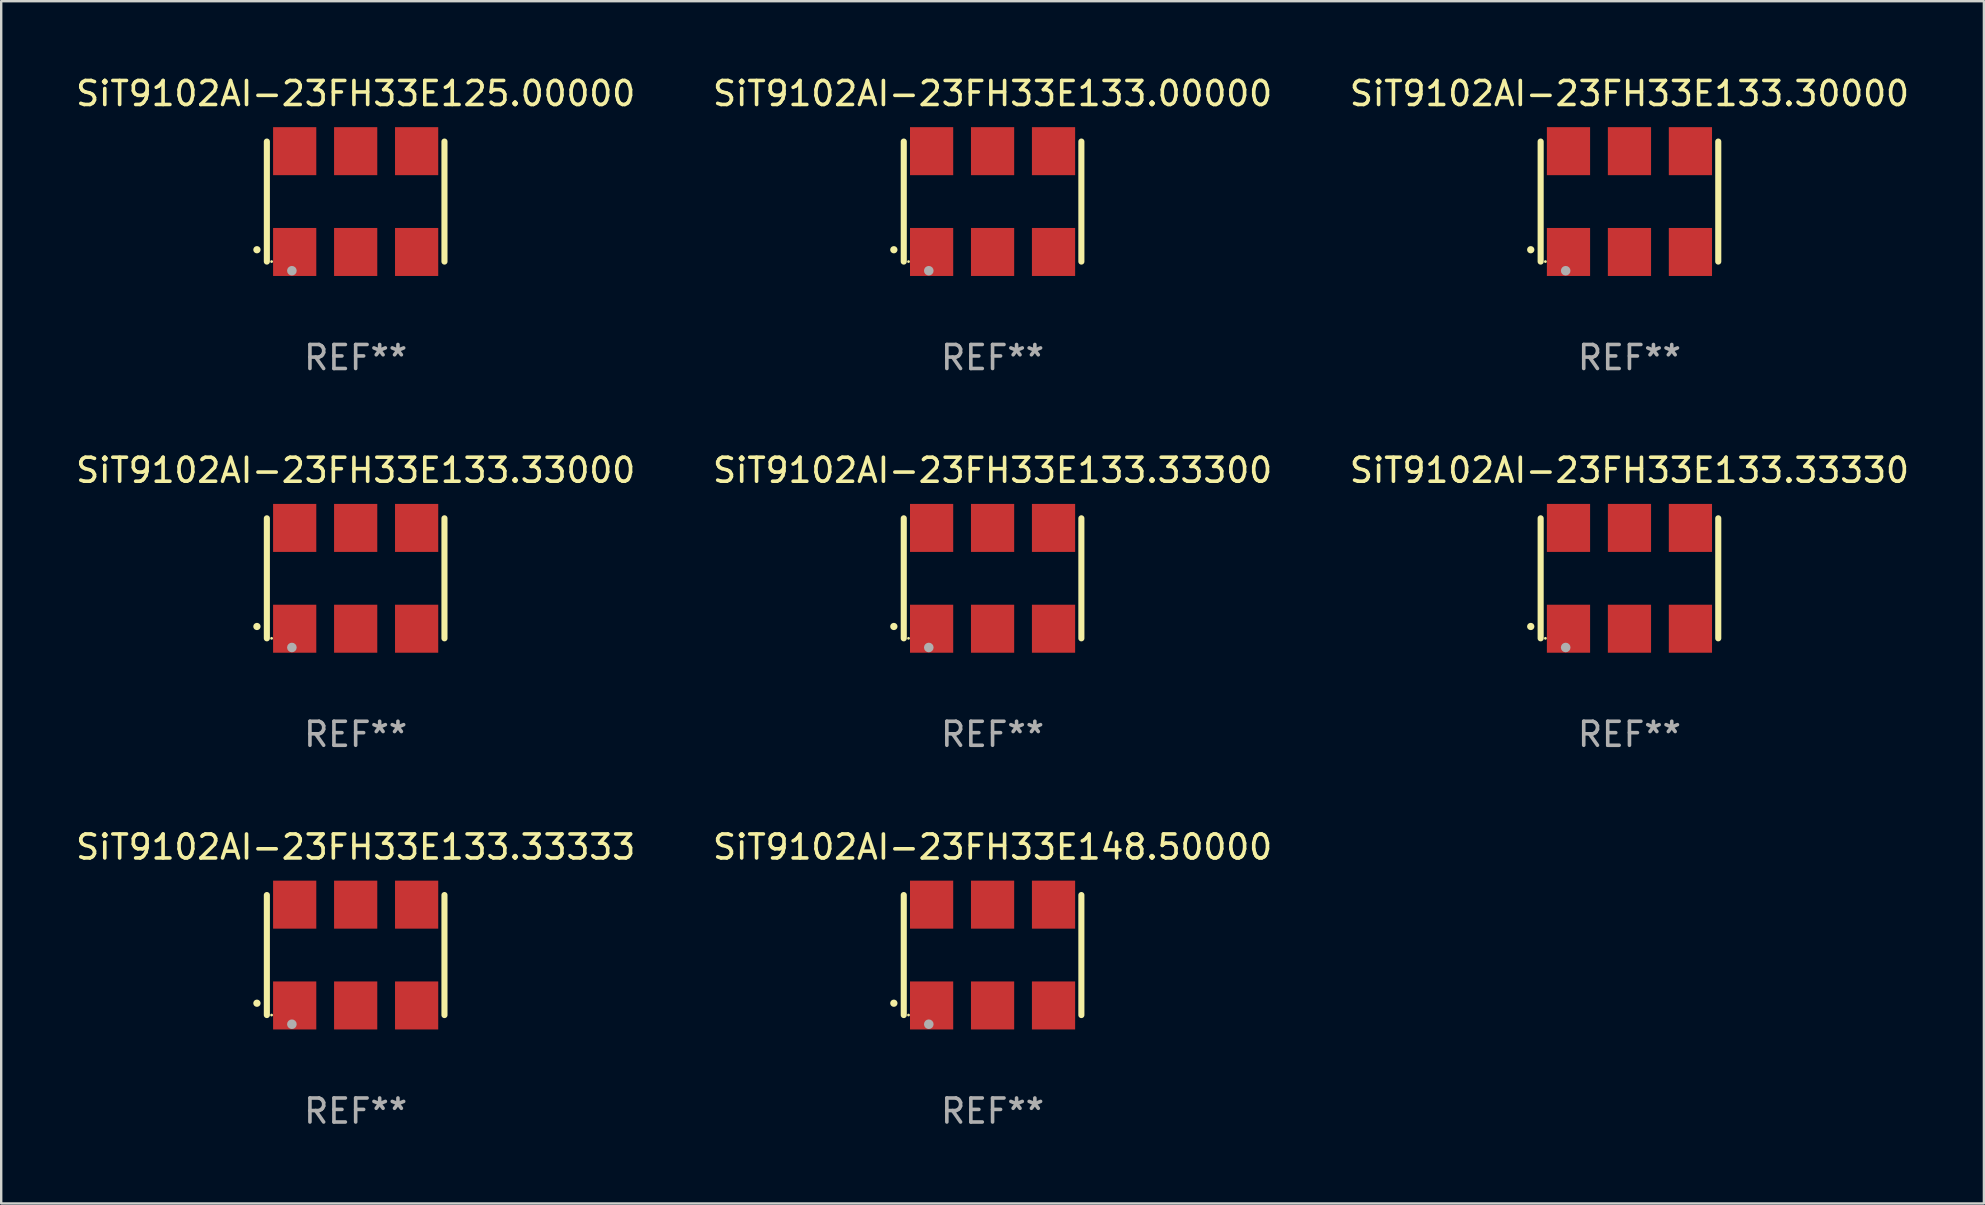
<source format=kicad_pcb>
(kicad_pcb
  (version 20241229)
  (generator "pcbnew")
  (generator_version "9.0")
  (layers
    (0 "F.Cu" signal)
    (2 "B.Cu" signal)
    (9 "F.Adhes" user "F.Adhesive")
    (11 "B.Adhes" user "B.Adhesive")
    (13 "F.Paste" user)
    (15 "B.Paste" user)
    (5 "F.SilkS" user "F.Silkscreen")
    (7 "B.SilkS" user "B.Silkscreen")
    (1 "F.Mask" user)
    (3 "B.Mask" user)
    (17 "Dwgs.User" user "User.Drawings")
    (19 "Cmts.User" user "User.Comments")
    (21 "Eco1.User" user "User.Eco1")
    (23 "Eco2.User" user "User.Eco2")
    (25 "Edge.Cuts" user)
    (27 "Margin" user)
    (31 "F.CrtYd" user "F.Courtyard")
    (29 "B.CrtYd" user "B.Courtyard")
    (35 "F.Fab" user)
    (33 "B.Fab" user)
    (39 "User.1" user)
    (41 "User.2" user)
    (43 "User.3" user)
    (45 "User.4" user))
  (footprint "SiT9102AI-23FH33E133.30000"
    (layer "F.Cu")
    (at 64.839 5.348)
    (property "Reference" "SiT9102AI-23FH33E133.30000" (at 0 -4.5 0) (layer "F.SilkS") (effects (font (size 1 1) (thickness 0.15))))
    (attr through_hole)
    (fp_line (start -3.7 -2.5) (end -3.7 2.5) (stroke (width 0.254) (type solid)) (layer "F.SilkS"))
    (fp_line (start 3.7 -2.5) (end 3.7 2.5) (stroke (width 0.254) (type solid)) (layer "F.SilkS"))
    (fp_arc (start -4.114415 2.006604) (mid -4.113145 2.006599) (end -4.111875 2.006604) (stroke (width 0.3) (type solid)) (layer "F.SilkS"))
    (fp_circle (center -3.502 2.5) (end -3.472 2.5) (stroke (width 0.06) (type solid)) (fill no) (layer "F.SilkS"))
    (fp_circle (center -2.657 2.882) (end -2.557 2.882) (stroke (width 0.2) (type solid)) (fill no) (layer "F.Fab"))
    (fp_text user "REF**" (at 0 6.5 0) (layer "F.Fab") (effects (font (size 1 1) (thickness 0.15))))
    (pad "1" smd rect (at -2.54 2.1) (size 1.8 2) (layers "F.Cu" "F.Mask" "F.Paste"))
    (pad "2" smd rect (at 0.000394 2.1) (size 1.8 2) (layers "F.Cu" "F.Mask" "F.Paste"))
    (pad "3" smd rect (at 2.54 2.1) (size 1.8 2) (layers "F.Cu" "F.Mask" "F.Paste"))
    (pad "4" smd rect (at 2.54 -2.1) (size 1.8 2) (layers "F.Cu" "F.Mask" "F.Paste"))
    (pad "5" smd rect (at 0.000394 -2.1) (size 1.8 2) (layers "F.Cu" "F.Mask" "F.Paste"))
    (pad "6" smd rect (at -2.54 -2.1) (size 1.8 2) (layers "F.Cu" "F.Mask" "F.Paste")))
  (footprint "SiT9102AI-23FH33E148.50000"
    (layer "F.Cu")
    (at 38.304 36.741)
    (property "Reference" "SiT9102AI-23FH33E148.50000" (at 0 -4.5 0) (layer "F.SilkS") (effects (font (size 1 1) (thickness 0.15))))
    (attr through_hole)
    (fp_line (start -3.7 -2.5) (end -3.7 2.5) (stroke (width 0.254) (type solid)) (layer "F.SilkS"))
    (fp_line (start 3.7 -2.5) (end 3.7 2.5) (stroke (width 0.254) (type solid)) (layer "F.SilkS"))
    (fp_arc (start -4.114415 2.006604) (mid -4.113145 2.006599) (end -4.111875 2.006604) (stroke (width 0.3) (type solid)) (layer "F.SilkS"))
    (fp_circle (center -3.502 2.5) (end -3.472 2.5) (stroke (width 0.06) (type solid)) (fill no) (layer "F.SilkS"))
    (fp_circle (center -2.657 2.882) (end -2.557 2.882) (stroke (width 0.2) (type solid)) (fill no) (layer "F.Fab"))
    (fp_text user "REF**" (at 0 6.5 0) (layer "F.Fab") (effects (font (size 1 1) (thickness 0.15))))
    (pad "1" smd rect (at -2.54 2.1) (size 1.8 2) (layers "F.Cu" "F.Mask" "F.Paste"))
    (pad "2" smd rect (at 0.000394 2.1) (size 1.8 2) (layers "F.Cu" "F.Mask" "F.Paste"))
    (pad "3" smd rect (at 2.54 2.1) (size 1.8 2) (layers "F.Cu" "F.Mask" "F.Paste"))
    (pad "4" smd rect (at 2.54 -2.1) (size 1.8 2) (layers "F.Cu" "F.Mask" "F.Paste"))
    (pad "5" smd rect (at 0.000394 -2.1) (size 1.8 2) (layers "F.Cu" "F.Mask" "F.Paste"))
    (pad "6" smd rect (at -2.54 -2.1) (size 1.8 2) (layers "F.Cu" "F.Mask" "F.Paste")))
  (footprint "SiT9102AI-23FH33E133.33330"
    (layer "F.Cu")
    (at 64.839 21.045)
    (property "Reference" "SiT9102AI-23FH33E133.33330" (at 0 -4.5 0) (layer "F.SilkS") (effects (font (size 1 1) (thickness 0.15))))
    (attr through_hole)
    (fp_line (start -3.7 -2.5) (end -3.7 2.5) (stroke (width 0.254) (type solid)) (layer "F.SilkS"))
    (fp_line (start 3.7 -2.5) (end 3.7 2.5) (stroke (width 0.254) (type solid)) (layer "F.SilkS"))
    (fp_arc (start -4.114415 2.006604) (mid -4.113145 2.006599) (end -4.111875 2.006604) (stroke (width 0.3) (type solid)) (layer "F.SilkS"))
    (fp_circle (center -3.502 2.5) (end -3.472 2.5) (stroke (width 0.06) (type solid)) (fill no) (layer "F.SilkS"))
    (fp_circle (center -2.657 2.882) (end -2.557 2.882) (stroke (width 0.2) (type solid)) (fill no) (layer "F.Fab"))
    (fp_text user "REF**" (at 0 6.5 0) (layer "F.Fab") (effects (font (size 1 1) (thickness 0.15))))
    (pad "1" smd rect (at -2.54 2.1) (size 1.8 2) (layers "F.Cu" "F.Mask" "F.Paste"))
    (pad "2" smd rect (at 0.000394 2.1) (size 1.8 2) (layers "F.Cu" "F.Mask" "F.Paste"))
    (pad "3" smd rect (at 2.54 2.1) (size 1.8 2) (layers "F.Cu" "F.Mask" "F.Paste"))
    (pad "4" smd rect (at 2.54 -2.1) (size 1.8 2) (layers "F.Cu" "F.Mask" "F.Paste"))
    (pad "5" smd rect (at 0.000394 -2.1) (size 1.8 2) (layers "F.Cu" "F.Mask" "F.Paste"))
    (pad "6" smd rect (at -2.54 -2.1) (size 1.8 2) (layers "F.Cu" "F.Mask" "F.Paste")))
  (footprint "SiT9102AI-23FH33E133.00000"
    (layer "F.Cu")
    (at 38.304 5.348)
    (property "Reference" "SiT9102AI-23FH33E133.00000" (at 0 -4.5 0) (layer "F.SilkS") (effects (font (size 1 1) (thickness 0.15))))
    (attr through_hole)
    (fp_line (start -3.7 -2.5) (end -3.7 2.5) (stroke (width 0.254) (type solid)) (layer "F.SilkS"))
    (fp_line (start 3.7 -2.5) (end 3.7 2.5) (stroke (width 0.254) (type solid)) (layer "F.SilkS"))
    (fp_arc (start -4.114415 2.006604) (mid -4.113145 2.006599) (end -4.111875 2.006604) (stroke (width 0.3) (type solid)) (layer "F.SilkS"))
    (fp_circle (center -3.502 2.5) (end -3.472 2.5) (stroke (width 0.06) (type solid)) (fill no) (layer "F.SilkS"))
    (fp_circle (center -2.657 2.882) (end -2.557 2.882) (stroke (width 0.2) (type solid)) (fill no) (layer "F.Fab"))
    (fp_text user "REF**" (at 0 6.5 0) (layer "F.Fab") (effects (font (size 1 1) (thickness 0.15))))
    (pad "1" smd rect (at -2.54 2.1) (size 1.8 2) (layers "F.Cu" "F.Mask" "F.Paste"))
    (pad "2" smd rect (at 0.000394 2.1) (size 1.8 2) (layers "F.Cu" "F.Mask" "F.Paste"))
    (pad "3" smd rect (at 2.54 2.1) (size 1.8 2) (layers "F.Cu" "F.Mask" "F.Paste"))
    (pad "4" smd rect (at 2.54 -2.1) (size 1.8 2) (layers "F.Cu" "F.Mask" "F.Paste"))
    (pad "5" smd rect (at 0.000394 -2.1) (size 1.8 2) (layers "F.Cu" "F.Mask" "F.Paste"))
    (pad "6" smd rect (at -2.54 -2.1) (size 1.8 2) (layers "F.Cu" "F.Mask" "F.Paste")))
  (footprint "SiT9102AI-23FH33E133.33000"
    (layer "F.Cu")
    (at 11.768 21.045)
    (property "Reference" "SiT9102AI-23FH33E133.33000" (at 0 -4.5 0) (layer "F.SilkS") (effects (font (size 1 1) (thickness 0.15))))
    (attr through_hole)
    (fp_line (start -3.7 -2.5) (end -3.7 2.5) (stroke (width 0.254) (type solid)) (layer "F.SilkS"))
    (fp_line (start 3.7 -2.5) (end 3.7 2.5) (stroke (width 0.254) (type solid)) (layer "F.SilkS"))
    (fp_arc (start -4.114415 2.006604) (mid -4.113145 2.006599) (end -4.111875 2.006604) (stroke (width 0.3) (type solid)) (layer "F.SilkS"))
    (fp_circle (center -3.502 2.5) (end -3.472 2.5) (stroke (width 0.06) (type solid)) (fill no) (layer "F.SilkS"))
    (fp_circle (center -2.657 2.882) (end -2.557 2.882) (stroke (width 0.2) (type solid)) (fill no) (layer "F.Fab"))
    (fp_text user "REF**" (at 0 6.5 0) (layer "F.Fab") (effects (font (size 1 1) (thickness 0.15))))
    (pad "1" smd rect (at -2.54 2.1) (size 1.8 2) (layers "F.Cu" "F.Mask" "F.Paste"))
    (pad "2" smd rect (at 0.000394 2.1) (size 1.8 2) (layers "F.Cu" "F.Mask" "F.Paste"))
    (pad "3" smd rect (at 2.54 2.1) (size 1.8 2) (layers "F.Cu" "F.Mask" "F.Paste"))
    (pad "4" smd rect (at 2.54 -2.1) (size 1.8 2) (layers "F.Cu" "F.Mask" "F.Paste"))
    (pad "5" smd rect (at 0.000394 -2.1) (size 1.8 2) (layers "F.Cu" "F.Mask" "F.Paste"))
    (pad "6" smd rect (at -2.54 -2.1) (size 1.8 2) (layers "F.Cu" "F.Mask" "F.Paste")))
  (footprint "SiT9102AI-23FH33E125.00000"
    (layer "F.Cu")
    (at 11.768 5.348)
    (property "Reference" "SiT9102AI-23FH33E125.00000" (at 0 -4.5 0) (layer "F.SilkS") (effects (font (size 1 1) (thickness 0.15))))
    (attr through_hole)
    (fp_line (start -3.7 -2.5) (end -3.7 2.5) (stroke (width 0.254) (type solid)) (layer "F.SilkS"))
    (fp_line (start 3.7 -2.5) (end 3.7 2.5) (stroke (width 0.254) (type solid)) (layer "F.SilkS"))
    (fp_arc (start -4.114415 2.006604) (mid -4.113145 2.006599) (end -4.111875 2.006604) (stroke (width 0.3) (type solid)) (layer "F.SilkS"))
    (fp_circle (center -3.502 2.5) (end -3.472 2.5) (stroke (width 0.06) (type solid)) (fill no) (layer "F.SilkS"))
    (fp_circle (center -2.657 2.882) (end -2.557 2.882) (stroke (width 0.2) (type solid)) (fill no) (layer "F.Fab"))
    (fp_text user "REF**" (at 0 6.5 0) (layer "F.Fab") (effects (font (size 1 1) (thickness 0.15))))
    (pad "1" smd rect (at -2.54 2.1) (size 1.8 2) (layers "F.Cu" "F.Mask" "F.Paste"))
    (pad "2" smd rect (at 0.000394 2.1) (size 1.8 2) (layers "F.Cu" "F.Mask" "F.Paste"))
    (pad "3" smd rect (at 2.54 2.1) (size 1.8 2) (layers "F.Cu" "F.Mask" "F.Paste"))
    (pad "4" smd rect (at 2.54 -2.1) (size 1.8 2) (layers "F.Cu" "F.Mask" "F.Paste"))
    (pad "5" smd rect (at 0.000394 -2.1) (size 1.8 2) (layers "F.Cu" "F.Mask" "F.Paste"))
    (pad "6" smd rect (at -2.54 -2.1) (size 1.8 2) (layers "F.Cu" "F.Mask" "F.Paste")))
  (footprint "SiT9102AI-23FH33E133.33333"
    (layer "F.Cu")
    (at 11.768 36.741)
    (property "Reference" "SiT9102AI-23FH33E133.33333" (at 0 -4.5 0) (layer "F.SilkS") (effects (font (size 1 1) (thickness 0.15))))
    (attr through_hole)
    (fp_line (start -3.7 -2.5) (end -3.7 2.5) (stroke (width 0.254) (type solid)) (layer "F.SilkS"))
    (fp_line (start 3.7 -2.5) (end 3.7 2.5) (stroke (width 0.254) (type solid)) (layer "F.SilkS"))
    (fp_arc (start -4.114415 2.006604) (mid -4.113145 2.006599) (end -4.111875 2.006604) (stroke (width 0.3) (type solid)) (layer "F.SilkS"))
    (fp_circle (center -3.502 2.5) (end -3.472 2.5) (stroke (width 0.06) (type solid)) (fill no) (layer "F.SilkS"))
    (fp_circle (center -2.657 2.882) (end -2.557 2.882) (stroke (width 0.2) (type solid)) (fill no) (layer "F.Fab"))
    (fp_text user "REF**" (at 0 6.5 0) (layer "F.Fab") (effects (font (size 1 1) (thickness 0.15))))
    (pad "1" smd rect (at -2.54 2.1) (size 1.8 2) (layers "F.Cu" "F.Mask" "F.Paste"))
    (pad "2" smd rect (at 0.000394 2.1) (size 1.8 2) (layers "F.Cu" "F.Mask" "F.Paste"))
    (pad "3" smd rect (at 2.54 2.1) (size 1.8 2) (layers "F.Cu" "F.Mask" "F.Paste"))
    (pad "4" smd rect (at 2.54 -2.1) (size 1.8 2) (layers "F.Cu" "F.Mask" "F.Paste"))
    (pad "5" smd rect (at 0.000394 -2.1) (size 1.8 2) (layers "F.Cu" "F.Mask" "F.Paste"))
    (pad "6" smd rect (at -2.54 -2.1) (size 1.8 2) (layers "F.Cu" "F.Mask" "F.Paste")))
  (footprint "SiT9102AI-23FH33E133.33300"
    (layer "F.Cu")
    (at 38.304 21.045)
    (property "Reference" "SiT9102AI-23FH33E133.33300" (at 0 -4.5 0) (layer "F.SilkS") (effects (font (size 1 1) (thickness 0.15))))
    (attr through_hole)
    (fp_line (start -3.7 -2.5) (end -3.7 2.5) (stroke (width 0.254) (type solid)) (layer "F.SilkS"))
    (fp_line (start 3.7 -2.5) (end 3.7 2.5) (stroke (width 0.254) (type solid)) (layer "F.SilkS"))
    (fp_arc (start -4.114415 2.006604) (mid -4.113145 2.006599) (end -4.111875 2.006604) (stroke (width 0.3) (type solid)) (layer "F.SilkS"))
    (fp_circle (center -3.502 2.5) (end -3.472 2.5) (stroke (width 0.06) (type solid)) (fill no) (layer "F.SilkS"))
    (fp_circle (center -2.657 2.882) (end -2.557 2.882) (stroke (width 0.2) (type solid)) (fill no) (layer "F.Fab"))
    (fp_text user "REF**" (at 0 6.5 0) (layer "F.Fab") (effects (font (size 1 1) (thickness 0.15))))
    (pad "1" smd rect (at -2.54 2.1) (size 1.8 2) (layers "F.Cu" "F.Mask" "F.Paste"))
    (pad "2" smd rect (at 0.000394 2.1) (size 1.8 2) (layers "F.Cu" "F.Mask" "F.Paste"))
    (pad "3" smd rect (at 2.54 2.1) (size 1.8 2) (layers "F.Cu" "F.Mask" "F.Paste"))
    (pad "4" smd rect (at 2.54 -2.1) (size 1.8 2) (layers "F.Cu" "F.Mask" "F.Paste"))
    (pad "5" smd rect (at 0.000394 -2.1) (size 1.8 2) (layers "F.Cu" "F.Mask" "F.Paste"))
    (pad "6" smd rect (at -2.54 -2.1) (size 1.8 2) (layers "F.Cu" "F.Mask" "F.Paste")))
  (gr_rect
    (start -3 -3)
    (end 79.607 47.09)
    (stroke (width 0.1) (type default))
    (fill no)
    (layer "Edge.Cuts")))
</source>
